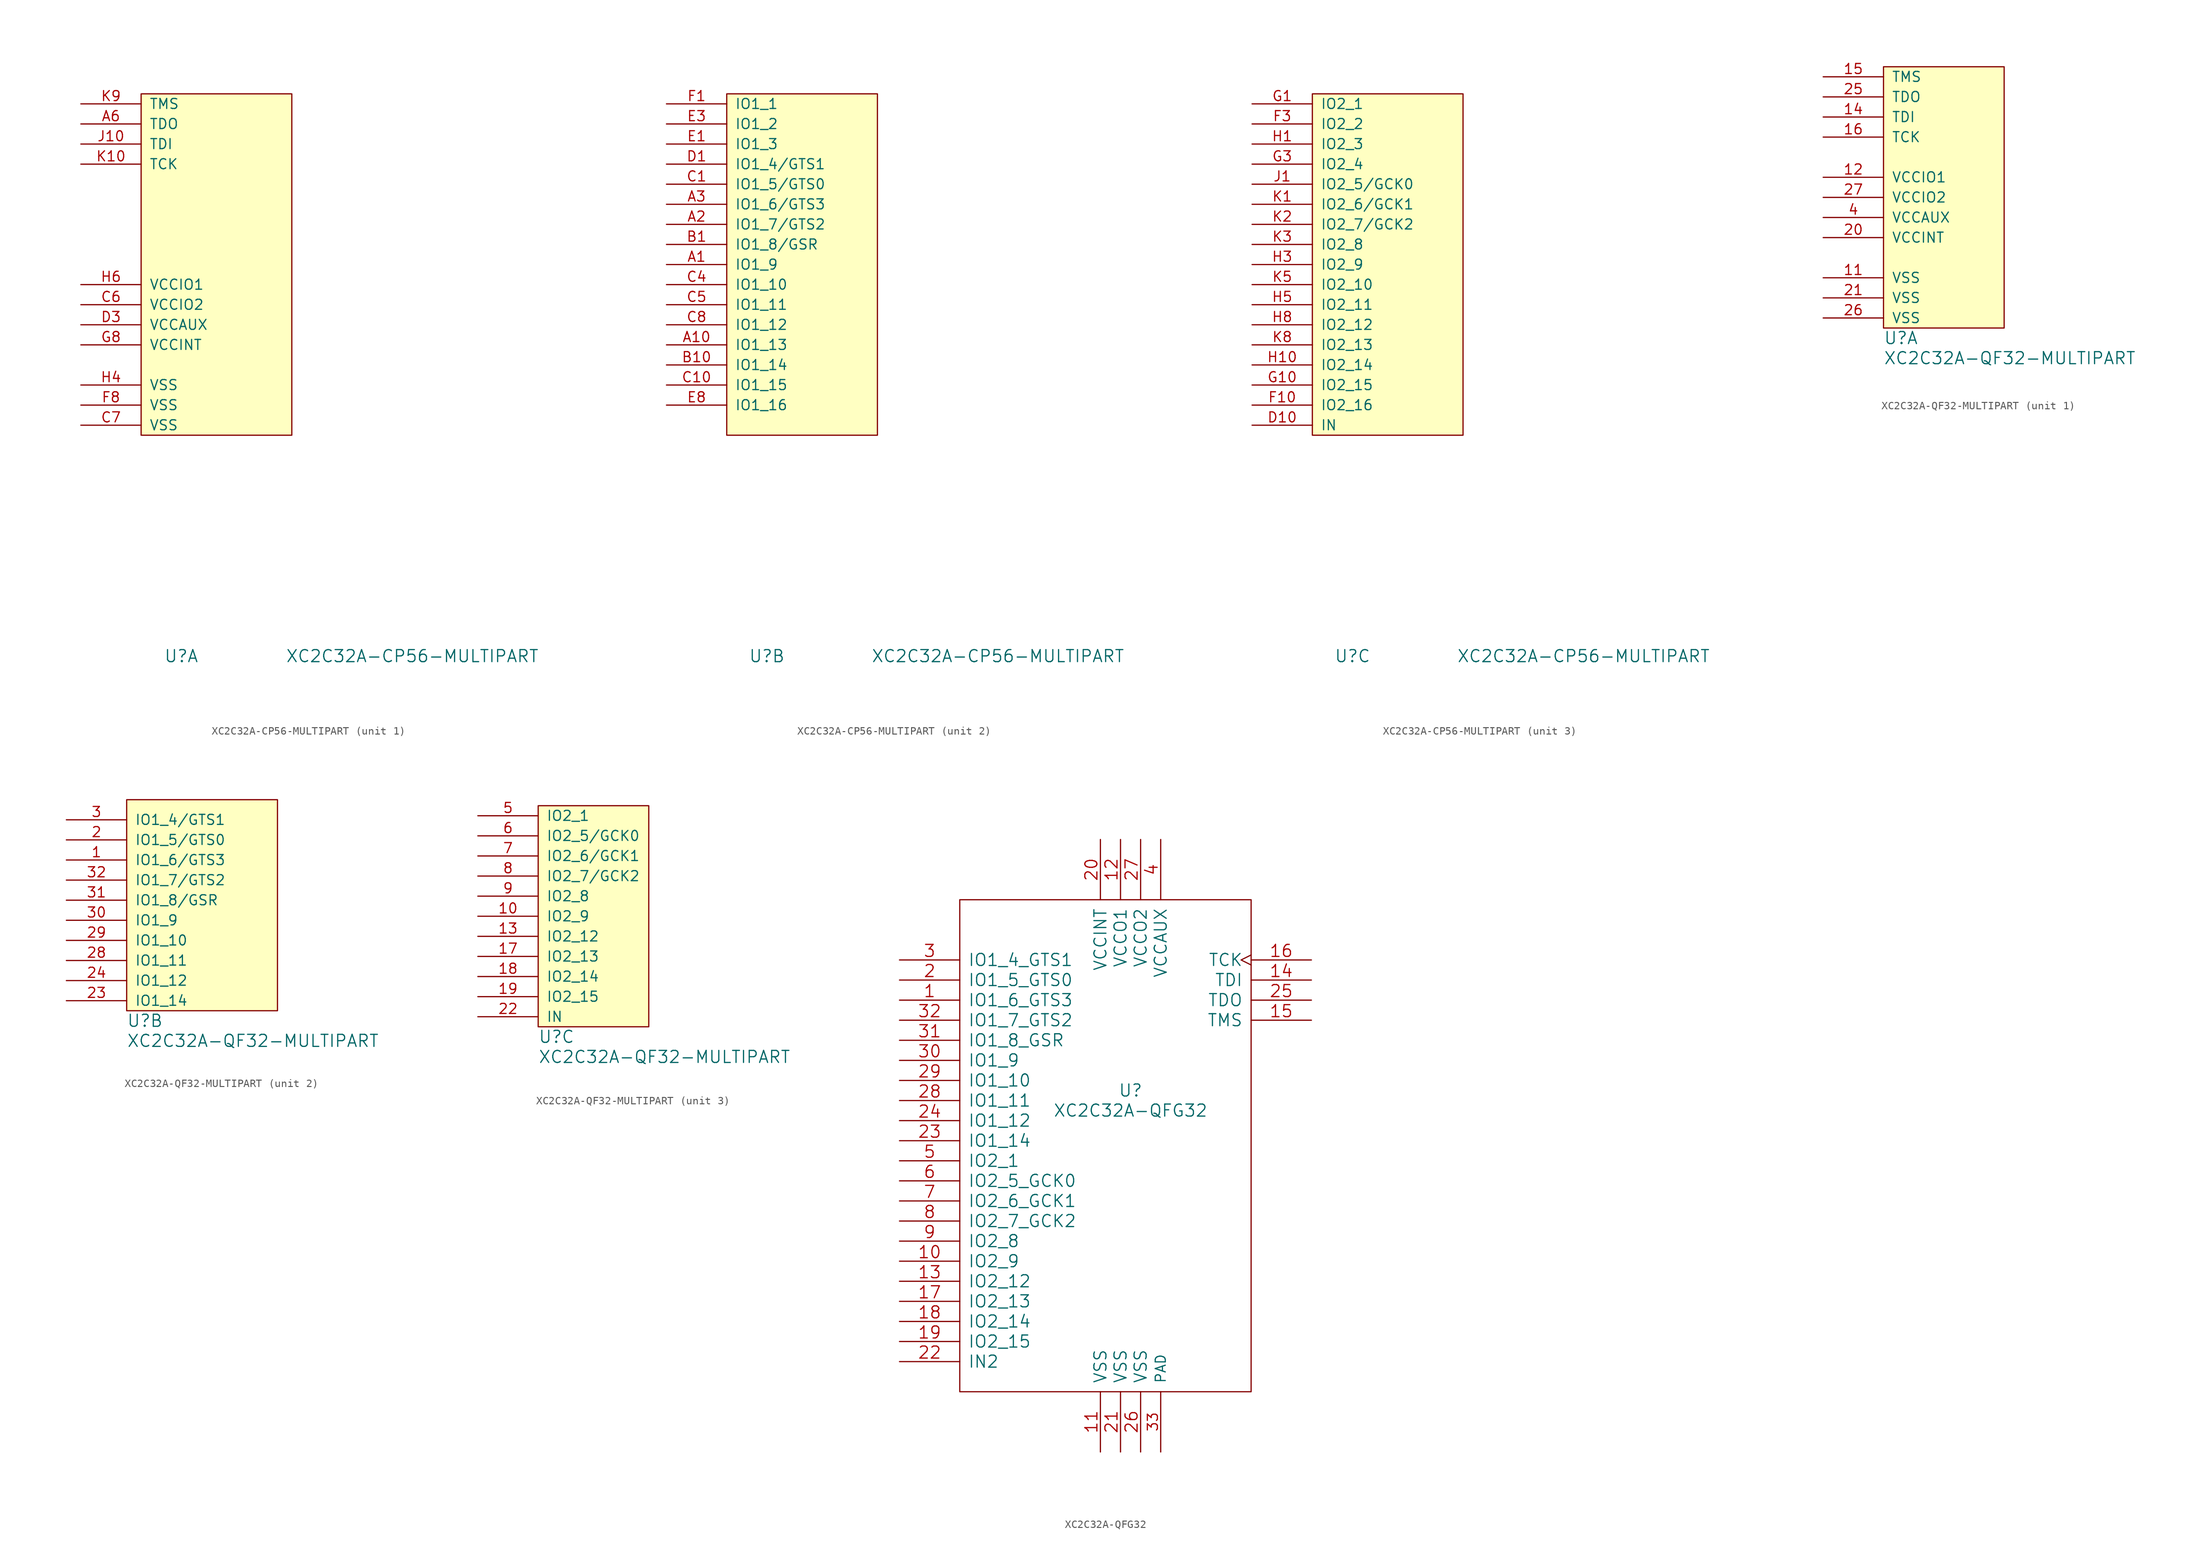
<source format=kicad_sym>
(kicad_symbol_lib
  (version 20211014)
  (generator kicad_symbol_editor)
  (symbol "XC2C32A-CP56-MULTIPART"
    (pin_names
      (offset 1.016))
    (property "Reference" "U"
      (at -13.97 -31.75 0)
      (effects (font (size 1.524 1.524))))
    (property "Value" "XC2C32A-CP56-MULTIPART"
      (at 15.24 -31.75 0)
      (effects (font (size 1.524 1.524))))
    (property "Footprint" ""
      (at 0 0 0)
      (effects (font (size 1.524 1.524))))
    (property "Datasheet" ""
      (at 0 0 0)
      (effects (font (size 1.524 1.524))))
    (property "ki_locked" ""
      (at 0 0 0)
      (effects (font (size 1.27 1.27))))
    (symbol "XC2C32A-CP56-MULTIPART_0_1"
      (rectangle (start -19.05 39.37) (end 0 -3.81) (stroke (width 0) (type default) (color 0 0 0 0)) (fill (type background))))
    (symbol "XC2C32A-CP56-MULTIPART_1_1"
      (pin output line (at -26.67 35.56 0) (length 7.62) (name "TDO" (effects (font (size 1.27 1.27)))) (number "A6" (effects (font (size 1.27 1.27)))))
      (pin power_in line (at -26.67 12.7 0) (length 7.62) (name "VCCIO2" (effects (font (size 1.27 1.27)))) (number "C6" (effects (font (size 1.27 1.27)))))
      (pin power_in line (at -26.67 -2.54 0) (length 7.62) (name "VSS" (effects (font (size 1.27 1.27)))) (number "C7" (effects (font (size 1.27 1.27)))))
      (pin power_in line (at -26.67 10.16 0) (length 7.62) (name "VCCAUX" (effects (font (size 1.27 1.27)))) (number "D3" (effects (font (size 1.27 1.27)))))
      (pin power_in line (at -26.67 0 0) (length 7.62) (name "VSS" (effects (font (size 1.27 1.27)))) (number "F8" (effects (font (size 1.27 1.27)))))
      (pin power_in line (at -26.67 7.62 0) (length 7.62) (name "VCCINT" (effects (font (size 1.27 1.27)))) (number "G8" (effects (font (size 1.27 1.27)))))
      (pin power_in line (at -26.67 2.54 0) (length 7.62) (name "VSS" (effects (font (size 1.27 1.27)))) (number "H4" (effects (font (size 1.27 1.27)))))
      (pin power_in line (at -26.67 15.24 0) (length 7.62) (name "VCCIO1" (effects (font (size 1.27 1.27)))) (number "H6" (effects (font (size 1.27 1.27)))))
      (pin input line (at -26.67 33.02 0) (length 7.62) (name "TDI" (effects (font (size 1.27 1.27)))) (number "J10" (effects (font (size 1.27 1.27)))))
      (pin input line (at -26.67 30.48 0) (length 7.62) (name "TCK" (effects (font (size 1.27 1.27)))) (number "K10" (effects (font (size 1.27 1.27)))))
      (pin input line (at -26.67 38.1 0) (length 7.62) (name "TMS" (effects (font (size 1.27 1.27)))) (number "K9" (effects (font (size 1.27 1.27))))))
    (symbol "XC2C32A-CP56-MULTIPART_2_1"
      (pin bidirectional line (at -26.67 17.78 0) (length 7.62) (name "IO1_9" (effects (font (size 1.27 1.27)))) (number "A1" (effects (font (size 1.27 1.27)))))
      (pin bidirectional line (at -26.67 7.62 0) (length 7.62) (name "IO1_13" (effects (font (size 1.27 1.27)))) (number "A10" (effects (font (size 1.27 1.27)))))
      (pin bidirectional line (at -26.67 22.86 0) (length 7.62) (name "IO1_7/GTS2" (effects (font (size 1.27 1.27)))) (number "A2" (effects (font (size 1.27 1.27)))))
      (pin bidirectional line (at -26.67 25.4 0) (length 7.62) (name "IO1_6/GTS3" (effects (font (size 1.27 1.27)))) (number "A3" (effects (font (size 1.27 1.27)))))
      (pin bidirectional line (at -26.67 20.32 0) (length 7.62) (name "IO1_8/GSR" (effects (font (size 1.27 1.27)))) (number "B1" (effects (font (size 1.27 1.27)))))
      (pin bidirectional line (at -26.67 5.08 0) (length 7.62) (name "IO1_14" (effects (font (size 1.27 1.27)))) (number "B10" (effects (font (size 1.27 1.27)))))
      (pin bidirectional line (at -26.67 27.94 0) (length 7.62) (name "IO1_5/GTS0" (effects (font (size 1.27 1.27)))) (number "C1" (effects (font (size 1.27 1.27)))))
      (pin bidirectional line (at -26.67 2.54 0) (length 7.62) (name "IO1_15" (effects (font (size 1.27 1.27)))) (number "C10" (effects (font (size 1.27 1.27)))))
      (pin bidirectional line (at -26.67 15.24 0) (length 7.62) (name "IO1_10" (effects (font (size 1.27 1.27)))) (number "C4" (effects (font (size 1.27 1.27)))))
      (pin bidirectional line (at -26.67 12.7 0) (length 7.62) (name "IO1_11" (effects (font (size 1.27 1.27)))) (number "C5" (effects (font (size 1.27 1.27)))))
      (pin bidirectional line (at -26.67 10.16 0) (length 7.62) (name "IO1_12" (effects (font (size 1.27 1.27)))) (number "C8" (effects (font (size 1.27 1.27)))))
      (pin bidirectional line (at -26.67 30.48 0) (length 7.62) (name "IO1_4/GTS1" (effects (font (size 1.27 1.27)))) (number "D1" (effects (font (size 1.27 1.27)))))
      (pin bidirectional line (at -26.67 33.02 0) (length 7.62) (name "IO1_3" (effects (font (size 1.27 1.27)))) (number "E1" (effects (font (size 1.27 1.27)))))
      (pin bidirectional line (at -26.67 35.56 0) (length 7.62) (name "IO1_2" (effects (font (size 1.27 1.27)))) (number "E3" (effects (font (size 1.27 1.27)))))
      (pin bidirectional line (at -26.67 0 0) (length 7.62) (name "IO1_16" (effects (font (size 1.27 1.27)))) (number "E8" (effects (font (size 1.27 1.27)))))
      (pin bidirectional line (at -26.67 38.1 0) (length 7.62) (name "IO1_1" (effects (font (size 1.27 1.27)))) (number "F1" (effects (font (size 1.27 1.27))))))
    (symbol "XC2C32A-CP56-MULTIPART_3_1"
      (pin input line (at -26.67 -2.54 0) (length 7.62) (name "IN" (effects (font (size 1.27 1.27)))) (number "D10" (effects (font (size 1.27 1.27)))))
      (pin bidirectional line (at -26.67 0 0) (length 7.62) (name "IO2_16" (effects (font (size 1.27 1.27)))) (number "F10" (effects (font (size 1.27 1.27)))))
      (pin bidirectional line (at -26.67 35.56 0) (length 7.62) (name "IO2_2" (effects (font (size 1.27 1.27)))) (number "F3" (effects (font (size 1.27 1.27)))))
      (pin bidirectional line (at -26.67 38.1 0) (length 7.62) (name "IO2_1" (effects (font (size 1.27 1.27)))) (number "G1" (effects (font (size 1.27 1.27)))))
      (pin bidirectional line (at -26.67 2.54 0) (length 7.62) (name "IO2_15" (effects (font (size 1.27 1.27)))) (number "G10" (effects (font (size 1.27 1.27)))))
      (pin bidirectional line (at -26.67 30.48 0) (length 7.62) (name "IO2_4" (effects (font (size 1.27 1.27)))) (number "G3" (effects (font (size 1.27 1.27)))))
      (pin bidirectional line (at -26.67 33.02 0) (length 7.62) (name "IO2_3" (effects (font (size 1.27 1.27)))) (number "H1" (effects (font (size 1.27 1.27)))))
      (pin bidirectional line (at -26.67 5.08 0) (length 7.62) (name "IO2_14" (effects (font (size 1.27 1.27)))) (number "H10" (effects (font (size 1.27 1.27)))))
      (pin bidirectional line (at -26.67 17.78 0) (length 7.62) (name "IO2_9" (effects (font (size 1.27 1.27)))) (number "H3" (effects (font (size 1.27 1.27)))))
      (pin bidirectional line (at -26.67 12.7 0) (length 7.62) (name "IO2_11" (effects (font (size 1.27 1.27)))) (number "H5" (effects (font (size 1.27 1.27)))))
      (pin bidirectional line (at -26.67 10.16 0) (length 7.62) (name "IO2_12" (effects (font (size 1.27 1.27)))) (number "H8" (effects (font (size 1.27 1.27)))))
      (pin bidirectional line (at -26.67 27.94 0) (length 7.62) (name "IO2_5/GCK0" (effects (font (size 1.27 1.27)))) (number "J1" (effects (font (size 1.27 1.27)))))
      (pin bidirectional line (at -26.67 25.4 0) (length 7.62) (name "IO2_6/GCK1" (effects (font (size 1.27 1.27)))) (number "K1" (effects (font (size 1.27 1.27)))))
      (pin bidirectional line (at -26.67 22.86 0) (length 7.62) (name "IO2_7/GCK2" (effects (font (size 1.27 1.27)))) (number "K2" (effects (font (size 1.27 1.27)))))
      (pin bidirectional line (at -26.67 20.32 0) (length 7.62) (name "IO2_8" (effects (font (size 1.27 1.27)))) (number "K3" (effects (font (size 1.27 1.27)))))
      (pin bidirectional line (at -26.67 15.24 0) (length 7.62) (name "IO2_10" (effects (font (size 1.27 1.27)))) (number "K5" (effects (font (size 1.27 1.27)))))
      (pin bidirectional line (at -26.67 7.62 0) (length 7.62) (name "IO2_13" (effects (font (size 1.27 1.27)))) (number "K8" (effects (font (size 1.27 1.27)))))))
  (symbol "XC2C32A-QF32-MULTIPART"
    (pin_names
      (offset 1.016))
    (property "Reference" "U"
      (at 0 -1.27 0)
      (effects (font (size 1.524 1.524)) (justify left)))
    (property "Value" "XC2C32A-QF32-MULTIPART"
      (at 0 -3.81 0)
      (effects (font (size 1.524 1.524)) (justify left)))
    (property "Footprint" ""
      (at 1.27 0 0)
      (effects (font (size 1.524 1.524))))
    (property "Datasheet" ""
      (at 1.27 0 0)
      (effects (font (size 1.524 1.524))))
    (property "ki_locked" ""
      (at 0 0 0)
      (effects (font (size 1.27 1.27))))
    (symbol "XC2C32A-QF32-MULTIPART_1_1"
      (rectangle (start 0 33.02) (end 15.24 0) (stroke (width 0) (type default) (color 0 0 0 0)) (fill (type background)))
      (pin power_in line (at -7.62 6.35 0) (length 7.62) (name "VSS" (effects (font (size 1.27 1.27)))) (number "11" (effects (font (size 1.27 1.27)))))
      (pin power_in line (at -7.62 19.05 0) (length 7.62) (name "VCCIO1" (effects (font (size 1.27 1.27)))) (number "12" (effects (font (size 1.27 1.27)))))
      (pin input line (at -7.62 26.67 0) (length 7.62) (name "TDI" (effects (font (size 1.27 1.27)))) (number "14" (effects (font (size 1.27 1.27)))))
      (pin input line (at -7.62 31.75 0) (length 7.62) (name "TMS" (effects (font (size 1.27 1.27)))) (number "15" (effects (font (size 1.27 1.27)))))
      (pin input line (at -7.62 24.13 0) (length 7.62) (name "TCK" (effects (font (size 1.27 1.27)))) (number "16" (effects (font (size 1.27 1.27)))))
      (pin power_in line (at -7.62 11.43 0) (length 7.62) (name "VCCINT" (effects (font (size 1.27 1.27)))) (number "20" (effects (font (size 1.27 1.27)))))
      (pin power_in line (at -7.62 3.81 0) (length 7.62) (name "VSS" (effects (font (size 1.27 1.27)))) (number "21" (effects (font (size 1.27 1.27)))))
      (pin output line (at -7.62 29.21 0) (length 7.62) (name "TDO" (effects (font (size 1.27 1.27)))) (number "25" (effects (font (size 1.27 1.27)))))
      (pin power_in line (at -7.62 1.27 0) (length 7.62) (name "VSS" (effects (font (size 1.27 1.27)))) (number "26" (effects (font (size 1.27 1.27)))))
      (pin power_in line (at -7.62 16.51 0) (length 7.62) (name "VCCIO2" (effects (font (size 1.27 1.27)))) (number "27" (effects (font (size 1.27 1.27)))))
      (pin power_in line (at -7.62 13.97 0) (length 7.62) (name "VCCAUX" (effects (font (size 1.27 1.27)))) (number "4" (effects (font (size 1.27 1.27))))))
    (symbol "XC2C32A-QF32-MULTIPART_2_1"
      (rectangle (start 0 26.67) (end 19.05 0) (stroke (width 0) (type default) (color 0 0 0 0)) (fill (type background)))
      (pin bidirectional line (at -7.62 19.05 0) (length 7.62) (name "IO1_6/GTS3" (effects (font (size 1.27 1.27)))) (number "1" (effects (font (size 1.27 1.27)))))
      (pin bidirectional line (at -7.62 21.59 0) (length 7.62) (name "IO1_5/GTS0" (effects (font (size 1.27 1.27)))) (number "2" (effects (font (size 1.27 1.27)))))
      (pin bidirectional line (at -7.62 1.27 0) (length 7.62) (name "IO1_14" (effects (font (size 1.27 1.27)))) (number "23" (effects (font (size 1.27 1.27)))))
      (pin bidirectional line (at -7.62 3.81 0) (length 7.62) (name "IO1_12" (effects (font (size 1.27 1.27)))) (number "24" (effects (font (size 1.27 1.27)))))
      (pin bidirectional line (at -7.62 6.35 0) (length 7.62) (name "IO1_11" (effects (font (size 1.27 1.27)))) (number "28" (effects (font (size 1.27 1.27)))))
      (pin bidirectional line (at -7.62 8.89 0) (length 7.62) (name "IO1_10" (effects (font (size 1.27 1.27)))) (number "29" (effects (font (size 1.27 1.27)))))
      (pin bidirectional line (at -7.62 24.13 0) (length 7.62) (name "IO1_4/GTS1" (effects (font (size 1.27 1.27)))) (number "3" (effects (font (size 1.27 1.27)))))
      (pin bidirectional line (at -7.62 11.43 0) (length 7.62) (name "IO1_9" (effects (font (size 1.27 1.27)))) (number "30" (effects (font (size 1.27 1.27)))))
      (pin bidirectional line (at -7.62 13.97 0) (length 7.62) (name "IO1_8/GSR" (effects (font (size 1.27 1.27)))) (number "31" (effects (font (size 1.27 1.27)))))
      (pin bidirectional line (at -7.62 16.51 0) (length 7.62) (name "IO1_7/GTS2" (effects (font (size 1.27 1.27)))) (number "32" (effects (font (size 1.27 1.27))))))
    (symbol "XC2C32A-QF32-MULTIPART_3_1"
      (rectangle (start 0 27.94) (end 13.97 0) (stroke (width 0) (type default) (color 0 0 0 0)) (fill (type background)))
      (pin bidirectional line (at -7.62 13.97 0) (length 7.62) (name "IO2_9" (effects (font (size 1.27 1.27)))) (number "10" (effects (font (size 1.27 1.27)))))
      (pin bidirectional line (at -7.62 11.43 0) (length 7.62) (name "IO2_12" (effects (font (size 1.27 1.27)))) (number "13" (effects (font (size 1.27 1.27)))))
      (pin bidirectional line (at -7.62 8.89 0) (length 7.62) (name "IO2_13" (effects (font (size 1.27 1.27)))) (number "17" (effects (font (size 1.27 1.27)))))
      (pin bidirectional line (at -7.62 6.35 0) (length 7.62) (name "IO2_14" (effects (font (size 1.27 1.27)))) (number "18" (effects (font (size 1.27 1.27)))))
      (pin bidirectional line (at -7.62 3.81 0) (length 7.62) (name "IO2_15" (effects (font (size 1.27 1.27)))) (number "19" (effects (font (size 1.27 1.27)))))
      (pin input line (at -7.62 1.27 0) (length 7.62) (name "IN" (effects (font (size 1.27 1.27)))) (number "22" (effects (font (size 1.27 1.27)))))
      (pin bidirectional line (at -7.62 26.67 0) (length 7.62) (name "IO2_1" (effects (font (size 1.27 1.27)))) (number "5" (effects (font (size 1.27 1.27)))))
      (pin bidirectional line (at -7.62 24.13 0) (length 7.62) (name "IO2_5/GCK0" (effects (font (size 1.27 1.27)))) (number "6" (effects (font (size 1.27 1.27)))))
      (pin bidirectional line (at -7.62 21.59 0) (length 7.62) (name "IO2_6/GCK1" (effects (font (size 1.27 1.27)))) (number "7" (effects (font (size 1.27 1.27)))))
      (pin bidirectional line (at -7.62 19.05 0) (length 7.62) (name "IO2_7/GCK2" (effects (font (size 1.27 1.27)))) (number "8" (effects (font (size 1.27 1.27)))))
      (pin bidirectional line (at -7.62 16.51 0) (length 7.62) (name "IO2_8" (effects (font (size 1.27 1.27)))) (number "9" (effects (font (size 1.27 1.27)))))))
  (symbol "XC2C32A-QFG32"
    (pin_names
      (offset 1.016))
    (property "Reference" "U"
      (at 3.81 7.62 0)
      (effects (font (size 1.524 1.524))))
    (property "Value" "XC2C32A-QFG32"
      (at 3.81 5.08 0)
      (effects (font (size 1.524 1.524))))
    (property "Footprint" ""
      (at 0 0 0)
      (effects (font (size 1.524 1.524))))
    (property "Datasheet" ""
      (at 0 0 0)
      (effects (font (size 1.524 1.524))))
    (symbol "XC2C32A-QFG32_0_1"
      (rectangle (start -17.78 31.75) (end 19.05 -30.48) (stroke (width 0) (type default) (color 0 0 0 0)) (fill (type none))))
    (symbol "XC2C32A-QFG32_1_1"
      (pin bidirectional line (at -25.4 19.05 0) (length 7.62) (name "IO1_6_GTS3" (effects (font (size 1.524 1.524)))) (number "1" (effects (font (size 1.524 1.524)))))
      (pin bidirectional line (at -25.4 -13.97 0) (length 7.62) (name "IO2_9" (effects (font (size 1.524 1.524)))) (number "10" (effects (font (size 1.524 1.524)))))
      (pin power_in line (at 0 -38.1 90) (length 7.62) (name "VSS" (effects (font (size 1.524 1.524)))) (number "11" (effects (font (size 1.524 1.524)))))
      (pin power_in line (at 2.54 39.37 270) (length 7.62) (name "VCCO1" (effects (font (size 1.524 1.524)))) (number "12" (effects (font (size 1.524 1.524)))))
      (pin bidirectional line (at -25.4 -16.51 0) (length 7.62) (name "IO2_12" (effects (font (size 1.524 1.524)))) (number "13" (effects (font (size 1.524 1.524)))))
      (pin input line (at 26.67 21.59 180) (length 7.62) (name "TDI" (effects (font (size 1.524 1.524)))) (number "14" (effects (font (size 1.524 1.524)))))
      (pin input line (at 26.67 16.51 180) (length 7.62) (name "TMS" (effects (font (size 1.524 1.524)))) (number "15" (effects (font (size 1.524 1.524)))))
      (pin input clock (at 26.67 24.13 180) (length 7.62) (name "TCK" (effects (font (size 1.524 1.524)))) (number "16" (effects (font (size 1.524 1.524)))))
      (pin bidirectional line (at -25.4 -19.05 0) (length 7.62) (name "IO2_13" (effects (font (size 1.524 1.524)))) (number "17" (effects (font (size 1.524 1.524)))))
      (pin bidirectional line (at -25.4 -21.59 0) (length 7.62) (name "IO2_14" (effects (font (size 1.524 1.524)))) (number "18" (effects (font (size 1.524 1.524)))))
      (pin bidirectional line (at -25.4 -24.13 0) (length 7.62) (name "IO2_15" (effects (font (size 1.524 1.524)))) (number "19" (effects (font (size 1.524 1.524)))))
      (pin bidirectional line (at -25.4 21.59 0) (length 7.62) (name "IO1_5_GTS0" (effects (font (size 1.524 1.524)))) (number "2" (effects (font (size 1.524 1.524)))))
      (pin power_in line (at 0 39.37 270) (length 7.62) (name "VCCINT" (effects (font (size 1.524 1.524)))) (number "20" (effects (font (size 1.524 1.524)))))
      (pin power_in line (at 2.54 -38.1 90) (length 7.62) (name "VSS" (effects (font (size 1.524 1.524)))) (number "21" (effects (font (size 1.524 1.524)))))
      (pin input line (at -25.4 -26.67 0) (length 7.62) (name "IN2" (effects (font (size 1.524 1.524)))) (number "22" (effects (font (size 1.524 1.524)))))
      (pin bidirectional line (at -25.4 1.27 0) (length 7.62) (name "IO1_14" (effects (font (size 1.524 1.524)))) (number "23" (effects (font (size 1.524 1.524)))))
      (pin bidirectional line (at -25.4 3.81 0) (length 7.62) (name "IO1_12" (effects (font (size 1.524 1.524)))) (number "24" (effects (font (size 1.524 1.524)))))
      (pin input line (at 26.67 19.05 180) (length 7.62) (name "TDO" (effects (font (size 1.524 1.524)))) (number "25" (effects (font (size 1.524 1.524)))))
      (pin power_in line (at 5.08 -38.1 90) (length 7.62) (name "VSS" (effects (font (size 1.524 1.524)))) (number "26" (effects (font (size 1.524 1.524)))))
      (pin power_in line (at 5.08 39.37 270) (length 7.62) (name "VCCO2" (effects (font (size 1.524 1.524)))) (number "27" (effects (font (size 1.524 1.524)))))
      (pin bidirectional line (at -25.4 6.35 0) (length 7.62) (name "IO1_11" (effects (font (size 1.524 1.524)))) (number "28" (effects (font (size 1.524 1.524)))))
      (pin bidirectional line (at -25.4 8.89 0) (length 7.62) (name "IO1_10" (effects (font (size 1.524 1.524)))) (number "29" (effects (font (size 1.524 1.524)))))
      (pin bidirectional line (at -25.4 24.13 0) (length 7.62) (name "IO1_4_GTS1" (effects (font (size 1.524 1.524)))) (number "3" (effects (font (size 1.524 1.524)))))
      (pin bidirectional line (at -25.4 11.43 0) (length 7.62) (name "IO1_9" (effects (font (size 1.524 1.524)))) (number "30" (effects (font (size 1.524 1.524)))))
      (pin bidirectional line (at -25.4 13.97 0) (length 7.62) (name "IO1_8_GSR" (effects (font (size 1.524 1.524)))) (number "31" (effects (font (size 1.524 1.524)))))
      (pin bidirectional line (at -25.4 16.51 0) (length 7.62) (name "IO1_7_GTS2" (effects (font (size 1.524 1.524)))) (number "32" (effects (font (size 1.524 1.524)))))
      (pin power_in line (at 7.62 -38.1 90) (length 7.62) (name "PAD" (effects (font (size 1.27 1.27)))) (number "33" (effects (font (size 1.27 1.27)))))
      (pin power_in line (at 7.62 39.37 270) (length 7.62) (name "VCCAUX" (effects (font (size 1.524 1.524)))) (number "4" (effects (font (size 1.524 1.524)))))
      (pin bidirectional line (at -25.4 -1.27 0) (length 7.62) (name "IO2_1" (effects (font (size 1.524 1.524)))) (number "5" (effects (font (size 1.524 1.524)))))
      (pin bidirectional line (at -25.4 -3.81 0) (length 7.62) (name "IO2_5_GCK0" (effects (font (size 1.524 1.524)))) (number "6" (effects (font (size 1.524 1.524)))))
      (pin bidirectional line (at -25.4 -6.35 0) (length 7.62) (name "IO2_6_GCK1" (effects (font (size 1.524 1.524)))) (number "7" (effects (font (size 1.524 1.524)))))
      (pin bidirectional line (at -25.4 -8.89 0) (length 7.62) (name "IO2_7_GCK2" (effects (font (size 1.524 1.524)))) (number "8" (effects (font (size 1.524 1.524)))))
      (pin bidirectional line (at -25.4 -11.43 0) (length 7.62) (name "IO2_8" (effects (font (size 1.524 1.524)))) (number "9" (effects (font (size 1.524 1.524))))))))
</source>
